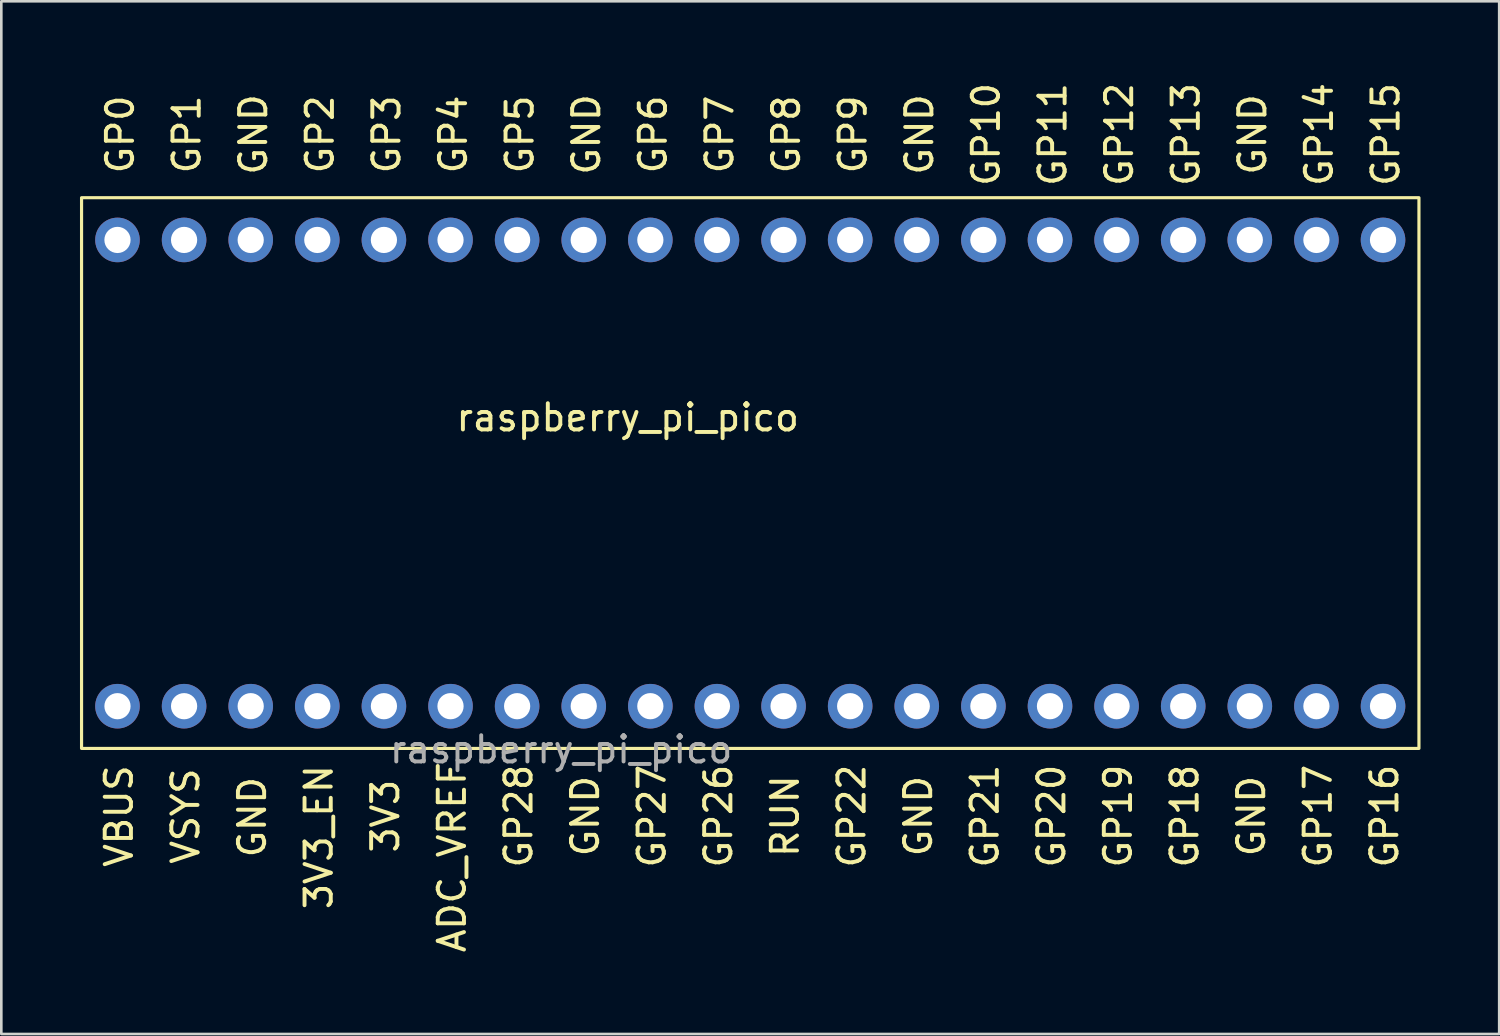
<source format=kicad_pcb>
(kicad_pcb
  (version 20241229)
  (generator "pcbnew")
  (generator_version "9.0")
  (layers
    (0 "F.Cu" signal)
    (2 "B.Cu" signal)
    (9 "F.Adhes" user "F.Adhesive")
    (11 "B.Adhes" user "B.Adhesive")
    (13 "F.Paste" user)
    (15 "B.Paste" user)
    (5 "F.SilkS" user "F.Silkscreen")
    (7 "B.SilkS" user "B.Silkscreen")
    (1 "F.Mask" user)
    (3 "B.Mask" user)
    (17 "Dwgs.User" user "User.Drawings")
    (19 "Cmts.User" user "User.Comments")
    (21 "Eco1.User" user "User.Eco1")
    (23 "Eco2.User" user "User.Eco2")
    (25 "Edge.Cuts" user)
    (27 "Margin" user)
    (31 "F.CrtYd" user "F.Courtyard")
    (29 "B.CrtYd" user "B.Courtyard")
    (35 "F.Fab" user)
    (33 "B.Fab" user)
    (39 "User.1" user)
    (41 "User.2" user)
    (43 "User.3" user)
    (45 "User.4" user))
  (footprint "raspberry_pi_pico"
    (layer "F.Cu")
    (at 24.348 15.372)
    (property "Reference" "raspberry_pi_pico" (at -3.46 -2.5 0) (layer "F.SilkS") (effects (font (size 1 1) (thickness 0.15))))
    (attr through_hole)
    (fp_rect (start -24.288 -10.882) (end 26.712 10.118) (stroke (width 0.12) (type solid)) (fill no) (layer "F.SilkS"))
    (fp_text user "3V3" (at -12.7 12.7 90) (layer "F.SilkS") (effects (font (size 1 1) (thickness 0.15))))
    (fp_text user "GP9" (at 5.125 -13.295 90) (layer "F.SilkS") (effects (font (size 1 1) (thickness 0.15))))
    (fp_text user "RUN" (at 2.54 12.7 90) (layer "F.SilkS") (effects (font (size 1 1) (thickness 0.15))))
    (fp_text user "GP28" (at -7.62 12.7 90) (layer "F.SilkS") (effects (font (size 1 1) (thickness 0.15))))
    (fp_text user "GP19" (at 15.24 12.7 90) (layer "F.SilkS") (effects (font (size 1 1) (thickness 0.15))))
    (fp_text user "GP3" (at -12.655 -13.295 90) (layer "F.SilkS") (effects (font (size 1 1) (thickness 0.15))))
    (fp_text user "VSYS" (at -20.32 12.7 90) (layer "F.SilkS") (effects (font (size 1 1) (thickness 0.15))))
    (fp_text user "GP1" (at -20.275 -13.295 90) (layer "F.SilkS") (effects (font (size 1 1) (thickness 0.15))))
    (fp_text user "GP13" (at 17.825 -13.295 90) (layer "F.SilkS") (effects (font (size 1 1) (thickness 0.15))))
    (fp_text user "GP4" (at -10.115 -13.295 90) (layer "F.SilkS") (effects (font (size 1 1) (thickness 0.15))))
    (fp_text user "GND" (at 20.365 -13.295 90) (layer "F.SilkS") (effects (font (size 1 1) (thickness 0.15))))
    (fp_text user "3V3_EN" (at -15.24 13.502 90) (layer "F.SilkS") (effects (font (size 1 1) (thickness 0.15))))
    (fp_text user "GP18" (at 17.78 12.7 90) (layer "F.SilkS") (effects (font (size 1 1) (thickness 0.15))))
    (fp_text user "GP11" (at 12.745 -13.295 90) (layer "F.SilkS") (effects (font (size 1 1) (thickness 0.15))))
    (fp_text user "GP20" (at 12.7 12.7 90) (layer "F.SilkS") (effects (font (size 1 1) (thickness 0.15))))
    (fp_text user "GND" (at -5.08 12.7 90) (layer "F.SilkS") (effects (font (size 1 1) (thickness 0.15))))
    (fp_text user "ADC_VREF" (at -10.16 14.264 90) (layer "F.SilkS") (effects (font (size 1 1) (thickness 0.15))))
    (fp_text user "GND" (at -17.78 12.74 90) (layer "F.SilkS") (effects (font (size 1 1) (thickness 0.15))))
    (fp_text user "GP0" (at -22.815 -13.295 90) (layer "F.SilkS") (effects (font (size 1 1) (thickness 0.15))))
    (fp_text user "GP7" (at 0.045 -13.295 90) (layer "F.SilkS") (effects (font (size 1 1) (thickness 0.15))))
    (fp_text user "GND" (at 20.32 12.7 90) (layer "F.SilkS") (effects (font (size 1 1) (thickness 0.15))))
    (fp_text user "GP16" (at 25.4 12.7 90) (layer "F.SilkS") (effects (font (size 1 1) (thickness 0.15))))
    (fp_text user "GP5" (at -7.575 -13.295 90) (layer "F.SilkS") (effects (font (size 1 1) (thickness 0.15))))
    (fp_text user "GP8" (at 2.585 -13.295 90) (layer "F.SilkS") (effects (font (size 1 1) (thickness 0.15))))
    (fp_text user "GP27" (at -2.54 12.7 90) (layer "F.SilkS") (effects (font (size 1 1) (thickness 0.15))))
    (fp_text user "VBUS" (at -22.86 12.7 90) (layer "F.SilkS") (effects (font (size 1 1) (thickness 0.15))))
    (fp_text user "GP10" (at 10.205 -13.295 90) (layer "F.SilkS") (effects (font (size 1 1) (thickness 0.15))))
    (fp_text user "GP22" (at 5.08 12.7 90) (layer "F.SilkS") (effects (font (size 1 1) (thickness 0.15))))
    (fp_text user "GP2" (at -15.195 -13.295 90) (layer "F.SilkS") (effects (font (size 1 1) (thickness 0.15))))
    (fp_text user "GP15" (at 25.445 -13.295 90) (layer "F.SilkS") (effects (font (size 1 1) (thickness 0.15))))
    (fp_text user "GP21" (at 10.16 12.7 90) (layer "F.SilkS") (effects (font (size 1 1) (thickness 0.15))))
    (fp_text user "GND" (at -5.035 -13.295 90) (layer "F.SilkS") (effects (font (size 1 1) (thickness 0.15))))
    (fp_text user "GND" (at 7.62 12.7 90) (layer "F.SilkS") (effects (font (size 1 1) (thickness 0.15))))
    (fp_text user "GP6" (at -2.495 -13.295 90) (layer "F.SilkS") (effects (font (size 1 1) (thickness 0.15))))
    (fp_text user "GND" (at -17.735 -13.295 90) (layer "F.SilkS") (effects (font (size 1 1) (thickness 0.15))))
    (fp_text user "GND" (at 7.665 -13.295 90) (layer "F.SilkS") (effects (font (size 1 1) (thickness 0.15))))
    (fp_text user "GP17" (at 22.86 12.7 90) (layer "F.SilkS") (effects (font (size 1 1) (thickness 0.15))))
    (fp_text user "GP12" (at 15.285 -13.295 90) (layer "F.SilkS") (effects (font (size 1 1) (thickness 0.15))))
    (fp_text user "GP14" (at 22.905 -13.295 90) (layer "F.SilkS") (effects (font (size 1 1) (thickness 0.15))))
    (fp_text user "GP26" (at 0 12.7 90) (layer "F.SilkS") (effects (font (size 1 1) (thickness 0.15))))
    (fp_text user "${REFERENCE}" (at -6 10.16 0) (unlocked yes) (layer "F.Fab") (effects (font (size 1 1) (thickness 0.15))))
    (pad "1" thru_hole circle (at -22.918 -9.272 270) (size 1.7 1.7) (drill 1) (layers "*.Cu" "*.Mask"))
    (pad "2" thru_hole circle (at -20.378 -9.272 270) (size 1.7 1.7) (drill 1) (layers "*.Cu" "*.Mask"))
    (pad "3" thru_hole circle (at -17.838 -9.272 270) (size 1.7 1.7) (drill 1) (layers "*.Cu" "*.Mask"))
    (pad "4" thru_hole circle (at -15.298 -9.272 270) (size 1.7 1.7) (drill 1) (layers "*.Cu" "*.Mask"))
    (pad "5" thru_hole circle (at -12.758 -9.272 270) (size 1.7 1.7) (drill 1) (layers "*.Cu" "*.Mask"))
    (pad "6" thru_hole circle (at -10.218 -9.272 270) (size 1.7 1.7) (drill 1) (layers "*.Cu" "*.Mask"))
    (pad "7" thru_hole circle (at -7.678 -9.272 270) (size 1.7 1.7) (drill 1) (layers "*.Cu" "*.Mask"))
    (pad "8" thru_hole circle (at -5.138 -9.272 270) (size 1.7 1.7) (drill 1) (layers "*.Cu" "*.Mask"))
    (pad "9" thru_hole circle (at -2.598 -9.272 270) (size 1.7 1.7) (drill 1) (layers "*.Cu" "*.Mask"))
    (pad "10" thru_hole circle (at -0.058 -9.272 270) (size 1.7 1.7) (drill 1) (layers "*.Cu" "*.Mask"))
    (pad "11" thru_hole circle (at 2.482 -9.272 270) (size 1.7 1.7) (drill 1) (layers "*.Cu" "*.Mask"))
    (pad "12" thru_hole circle (at 5.022 -9.272 270) (size 1.7 1.7) (drill 1) (layers "*.Cu" "*.Mask"))
    (pad "13" thru_hole circle (at 7.562 -9.272 270) (size 1.7 1.7) (drill 1) (layers "*.Cu" "*.Mask"))
    (pad "14" thru_hole circle (at 10.102 -9.272 270) (size 1.7 1.7) (drill 1) (layers "*.Cu" "*.Mask"))
    (pad "15" thru_hole circle (at 12.642 -9.272 270) (size 1.7 1.7) (drill 1) (layers "*.Cu" "*.Mask"))
    (pad "16" thru_hole circle (at 15.182 -9.272 270) (size 1.7 1.7) (drill 1) (layers "*.Cu" "*.Mask"))
    (pad "17" thru_hole circle (at 17.722 -9.272 270) (size 1.7 1.7) (drill 1) (layers "*.Cu" "*.Mask"))
    (pad "18" thru_hole circle (at 20.262 -9.272 270) (size 1.7 1.7) (drill 1) (layers "*.Cu" "*.Mask"))
    (pad "19" thru_hole circle (at 22.802 -9.272 270) (size 1.7 1.7) (drill 1) (layers "*.Cu" "*.Mask"))
    (pad "20" thru_hole circle (at 25.342 -9.272 270) (size 1.7 1.7) (drill 1) (layers "*.Cu" "*.Mask"))
    (pad "21" thru_hole circle (at 25.342 8.508 270) (size 1.7 1.7) (drill 1) (layers "*.Cu" "*.Mask"))
    (pad "22" thru_hole circle (at 22.802 8.508 270) (size 1.7 1.7) (drill 1) (layers "*.Cu" "*.Mask"))
    (pad "23" thru_hole circle (at 20.262 8.508 270) (size 1.7 1.7) (drill 1) (layers "*.Cu" "*.Mask"))
    (pad "24" thru_hole circle (at 17.722 8.508 270) (size 1.7 1.7) (drill 1) (layers "*.Cu" "*.Mask"))
    (pad "25" thru_hole circle (at 15.182 8.508 270) (size 1.7 1.7) (drill 1) (layers "*.Cu" "*.Mask"))
    (pad "26" thru_hole circle (at 12.642 8.508 270) (size 1.7 1.7) (drill 1) (layers "*.Cu" "*.Mask"))
    (pad "27" thru_hole circle (at 10.102 8.508 270) (size 1.7 1.7) (drill 1) (layers "*.Cu" "*.Mask"))
    (pad "28" thru_hole circle (at 7.562 8.508 270) (size 1.7 1.7) (drill 1) (layers "*.Cu" "*.Mask"))
    (pad "29" thru_hole circle (at 5.022 8.508 270) (size 1.7 1.7) (drill 1) (layers "*.Cu" "*.Mask"))
    (pad "30" thru_hole circle (at 2.482 8.508 270) (size 1.7 1.7) (drill 1) (layers "*.Cu" "*.Mask"))
    (pad "31" thru_hole circle (at -0.058 8.508 270) (size 1.7 1.7) (drill 1) (layers "*.Cu" "*.Mask"))
    (pad "32" thru_hole circle (at -2.598 8.508 270) (size 1.7 1.7) (drill 1) (layers "*.Cu" "*.Mask"))
    (pad "33" thru_hole circle (at -5.138 8.508 270) (size 1.7 1.7) (drill 1) (layers "*.Cu" "*.Mask"))
    (pad "34" thru_hole circle (at -7.678 8.508 270) (size 1.7 1.7) (drill 1) (layers "*.Cu" "*.Mask"))
    (pad "35" thru_hole circle (at -10.218 8.508 270) (size 1.7 1.7) (drill 1) (layers "*.Cu" "*.Mask"))
    (pad "36" thru_hole circle (at -12.758 8.508 270) (size 1.7 1.7) (drill 1) (layers "*.Cu" "*.Mask"))
    (pad "37" thru_hole circle (at -15.298 8.508 270) (size 1.7 1.7) (drill 1) (layers "*.Cu" "*.Mask"))
    (pad "38" thru_hole circle (at -17.838 8.508 270) (size 1.7 1.7) (drill 1) (layers "*.Cu" "*.Mask"))
    (pad "39" thru_hole circle (at -20.378 8.508 270) (size 1.7 1.7) (drill 1) (layers "*.Cu" "*.Mask"))
    (pad "40" thru_hole circle (at -22.918 8.508 270) (size 1.7 1.7) (drill 1) (layers "*.Cu" "*.Mask")))
  (gr_rect
    (start -3 -3)
    (end 54.12 36.38)
    (stroke (width 0.1) (type default))
    (fill no)
    (layer "Edge.Cuts")))
</source>
